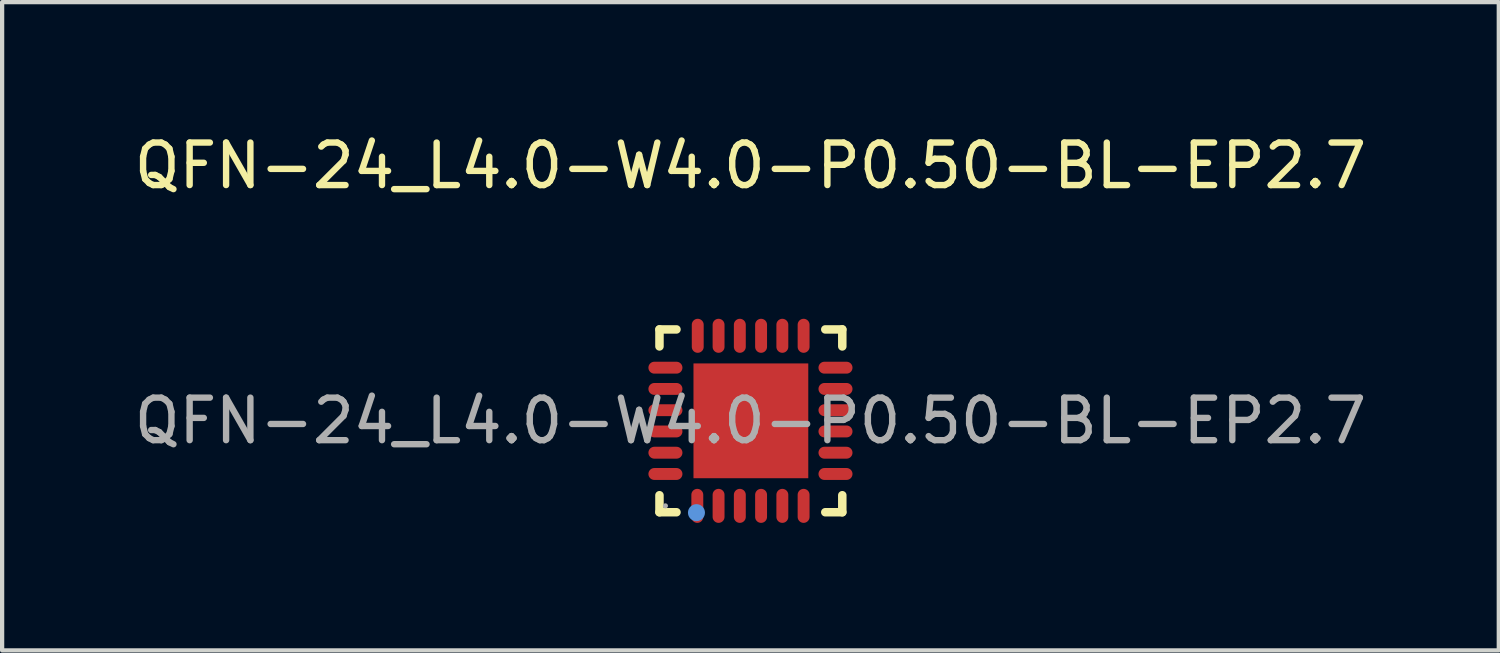
<source format=kicad_pcb>
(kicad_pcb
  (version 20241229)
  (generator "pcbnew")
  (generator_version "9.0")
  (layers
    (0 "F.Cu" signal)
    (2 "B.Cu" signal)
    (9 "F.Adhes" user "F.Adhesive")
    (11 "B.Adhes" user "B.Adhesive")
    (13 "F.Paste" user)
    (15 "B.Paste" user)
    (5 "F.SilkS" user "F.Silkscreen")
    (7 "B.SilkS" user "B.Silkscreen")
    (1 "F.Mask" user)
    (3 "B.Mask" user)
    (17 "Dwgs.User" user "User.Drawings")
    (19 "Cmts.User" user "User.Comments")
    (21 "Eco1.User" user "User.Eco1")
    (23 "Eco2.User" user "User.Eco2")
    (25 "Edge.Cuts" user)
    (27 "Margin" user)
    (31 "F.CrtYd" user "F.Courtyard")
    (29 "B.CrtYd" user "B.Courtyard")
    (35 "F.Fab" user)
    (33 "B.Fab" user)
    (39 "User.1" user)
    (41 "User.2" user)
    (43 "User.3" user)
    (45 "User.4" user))
  (footprint "QFN-24_L4.0-W4.0-P0.50-BL-EP2.7"
    (layer "F.Cu")
    (at 14.601 6.848)
    (property "Reference" "QFN-24_L4.0-W4.0-P0.50-BL-EP2.7" (at 0 -6 0) (layer "F.SilkS") (effects (font (size 1 1) (thickness 0.15))))
    (attr smd)
    (fp_line (start -2.14 -2.15) (end -1.74 -2.15) (stroke (width 0.2) (type solid)) (layer "F.SilkS"))
    (fp_line (start -2.14 -1.75) (end -2.14 -2.15) (stroke (width 0.2) (type solid)) (layer "F.SilkS"))
    (fp_line (start -2.14 2.15) (end -2.14 1.75) (stroke (width 0.2) (type solid)) (layer "F.SilkS"))
    (fp_line (start -1.74 2.15) (end -2.14 2.15) (stroke (width 0.2) (type solid)) (layer "F.SilkS"))
    (fp_line (start 2.16 -2.15) (end 1.76 -2.15) (stroke (width 0.2) (type solid)) (layer "F.SilkS"))
    (fp_line (start 2.16 -1.75) (end 2.16 -2.15) (stroke (width 0.2) (type solid)) (layer "F.SilkS"))
    (fp_line (start 2.16 1.75) (end 2.16 2.15) (stroke (width 0.2) (type solid)) (layer "F.SilkS"))
    (fp_line (start 2.16 2.15) (end 1.76 2.15) (stroke (width 0.2) (type solid)) (layer "F.SilkS"))
    (fp_circle (center -1.27 2.16) (end -1.17 2.16) (stroke (width 0.2) (type solid)) (fill no) (layer "Cmts.User"))
    (fp_circle (center -2 2) (end -1.97 2) (stroke (width 0.06) (type solid)) (fill no) (layer "F.Fab"))
    (fp_text user "${REFERENCE}" (at 0 0 0) (layer "F.Fab") (effects (font (size 1 1) (thickness 0.15))))
    (pad "1" smd oval (at -1.25 2) (size 0.28 0.8) (layers "F.Cu" "F.Mask" "F.Paste"))
    (pad "2" smd oval (at -0.75 2) (size 0.28 0.8) (layers "F.Cu" "F.Mask" "F.Paste"))
    (pad "3" smd oval (at -0.25 2) (size 0.28 0.8) (layers "F.Cu" "F.Mask" "F.Paste"))
    (pad "4" smd oval (at 0.25 2) (size 0.28 0.8) (layers "F.Cu" "F.Mask" "F.Paste"))
    (pad "5" smd oval (at 0.75 2) (size 0.28 0.8) (layers "F.Cu" "F.Mask" "F.Paste"))
    (pad "6" smd oval (at 1.25 2) (size 0.28 0.8) (layers "F.Cu" "F.Mask" "F.Paste"))
    (pad "7" smd oval (at 2 1.25) (size 0.8 0.28) (layers "F.Cu" "F.Mask" "F.Paste"))
    (pad "8" smd oval (at 2 0.75) (size 0.8 0.28) (layers "F.Cu" "F.Mask" "F.Paste"))
    (pad "9" smd oval (at 2 0.25) (size 0.8 0.28) (layers "F.Cu" "F.Mask" "F.Paste"))
    (pad "10" smd oval (at 2 -0.25) (size 0.8 0.28) (layers "F.Cu" "F.Mask" "F.Paste"))
    (pad "11" smd oval (at 2 -0.75) (size 0.8 0.28) (layers "F.Cu" "F.Mask" "F.Paste"))
    (pad "12" smd oval (at 2 -1.25) (size 0.8 0.28) (layers "F.Cu" "F.Mask" "F.Paste"))
    (pad "13" smd oval (at 1.25 -2) (size 0.28 0.8) (layers "F.Cu" "F.Mask" "F.Paste"))
    (pad "14" smd oval (at 0.75 -2) (size 0.28 0.8) (layers "F.Cu" "F.Mask" "F.Paste"))
    (pad "15" smd oval (at 0.25 -2) (size 0.28 0.8) (layers "F.Cu" "F.Mask" "F.Paste"))
    (pad "16" smd oval (at -0.25 -2) (size 0.28 0.8) (layers "F.Cu" "F.Mask" "F.Paste"))
    (pad "17" smd oval (at -0.75 -2) (size 0.28 0.8) (layers "F.Cu" "F.Mask" "F.Paste"))
    (pad "18" smd oval (at -1.24 -2) (size 0.28 0.8) (layers "F.Cu" "F.Mask" "F.Paste"))
    (pad "19" smd oval (at -2 -1.25) (size 0.8 0.28) (layers "F.Cu" "F.Mask" "F.Paste"))
    (pad "20" smd oval (at -2 -0.75) (size 0.8 0.28) (layers "F.Cu" "F.Mask" "F.Paste"))
    (pad "21" smd oval (at -2 -0.25) (size 0.8 0.28) (layers "F.Cu" "F.Mask" "F.Paste"))
    (pad "22" smd oval (at -2 0.25) (size 0.8 0.28) (layers "F.Cu" "F.Mask" "F.Paste"))
    (pad "23" smd oval (at -2 0.75) (size 0.8 0.28) (layers "F.Cu" "F.Mask" "F.Paste"))
    (pad "24" smd oval (at -2 1.25) (size 0.8 0.28) (layers "F.Cu" "F.Mask" "F.Paste"))
    (pad "25" smd rect (at 0.01 0) (size 2.7 2.7) (layers "F.Cu" "F.Mask" "F.Paste")))
  (gr_rect
    (start -3 -3)
    (end 32.202 12.248)
    (stroke (width 0.1) (type default))
    (fill no)
    (layer "Edge.Cuts")))
</source>
